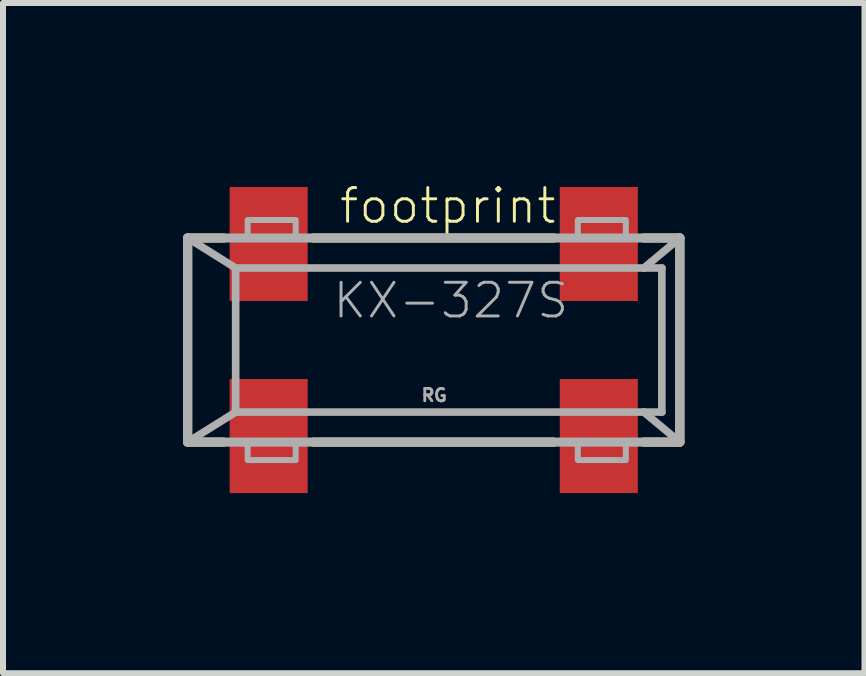
<source format=kicad_pcb>
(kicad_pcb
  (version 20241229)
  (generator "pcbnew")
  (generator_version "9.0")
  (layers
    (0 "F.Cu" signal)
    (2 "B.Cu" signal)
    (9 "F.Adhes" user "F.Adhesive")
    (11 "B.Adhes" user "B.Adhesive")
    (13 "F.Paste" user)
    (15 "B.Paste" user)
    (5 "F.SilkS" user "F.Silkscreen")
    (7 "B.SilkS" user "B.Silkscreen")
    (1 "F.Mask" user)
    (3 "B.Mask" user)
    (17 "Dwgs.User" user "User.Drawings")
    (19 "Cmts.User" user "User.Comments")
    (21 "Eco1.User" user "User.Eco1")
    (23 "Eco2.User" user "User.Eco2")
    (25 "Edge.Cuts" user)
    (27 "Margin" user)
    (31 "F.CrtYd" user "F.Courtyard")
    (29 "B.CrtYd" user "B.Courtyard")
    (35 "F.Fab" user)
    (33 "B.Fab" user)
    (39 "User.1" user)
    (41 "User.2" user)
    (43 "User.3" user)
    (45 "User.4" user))
  (footprint "footprint"
    (layer "F.Cu")
    (at 4.176 2.615)
    (property "Reference" "footprint" (at -1.601 -1.908 0) (layer "F.SilkS") (effects (font (size 0.561 0.561) (thickness 0.049)) (justify left bottom)))
    (fp_line (start -4.1 -1.7) (end -4.1 1.7) (stroke (width 0.152) (type solid)) (layer "F.SilkS"))
    (fp_line (start -4.1 1.7) (end -3.5 1.7) (stroke (width 0.152) (type solid)) (layer "F.SilkS"))
    (fp_line (start -3.5 -1.7) (end -4.1 -1.7) (stroke (width 0.152) (type solid)) (layer "F.SilkS"))
    (fp_line (start -2 -1.7) (end 2 -1.7) (stroke (width 0.152) (type solid)) (layer "F.SilkS"))
    (fp_line (start -2 1.7) (end 2 1.7) (stroke (width 0.152) (type solid)) (layer "F.SilkS"))
    (fp_line (start 3.5 -1.7) (end 4.1 -1.7) (stroke (width 0.152) (type solid)) (layer "F.SilkS"))
    (fp_line (start 4.1 -1.7) (end 4.1 1.7) (stroke (width 0.152) (type solid)) (layer "F.SilkS"))
    (fp_line (start 4.1 1.7) (end 3.5 1.7) (stroke (width 0.152) (type solid)) (layer "F.SilkS"))
    (fp_line (start -4.1 -1.7) (end -4.1 1.7) (stroke (width 0.152) (type solid)) (layer "F.Fab"))
    (fp_line (start -4.1 -1.7) (end -3.3 -1.2) (stroke (width 0.127) (type solid)) (layer "F.Fab"))
    (fp_line (start -4.1 1.7) (end -3.3 1.2) (stroke (width 0.127) (type solid)) (layer "F.Fab"))
    (fp_line (start -4.1 1.7) (end 4.1 1.7) (stroke (width 0.152) (type solid)) (layer "F.Fab"))
    (fp_line (start -3.3 -1.2) (end -3.3 1.2) (stroke (width 0.127) (type solid)) (layer "F.Fab"))
    (fp_line (start -3.3 -1.2) (end 3.5 -1.2) (stroke (width 0.127) (type solid)) (layer "F.Fab"))
    (fp_line (start -3.3 1.2) (end 3.5 1.2) (stroke (width 0.127) (type solid)) (layer "F.Fab"))
    (fp_line (start 3.5 -1.2) (end 3.8 -1.2) (stroke (width 0.127) (type solid)) (layer "F.Fab"))
    (fp_line (start 3.5 1.2) (end 3.8 1.2) (stroke (width 0.127) (type solid)) (layer "F.Fab"))
    (fp_line (start 3.5 1.2) (end 4.1 1.7) (stroke (width 0.127) (type solid)) (layer "F.Fab"))
    (fp_line (start 3.8 -1.2) (end 3.8 1.2) (stroke (width 0.127) (type solid)) (layer "F.Fab"))
    (fp_line (start 4.1 -1.7) (end -4.1 -1.7) (stroke (width 0.152) (type solid)) (layer "F.Fab"))
    (fp_line (start 4.1 -1.7) (end 3.5 -1.2) (stroke (width 0.127) (type solid)) (layer "F.Fab"))
    (fp_line (start 4.1 1.7) (end 4.1 -1.7) (stroke (width 0.152) (type solid)) (layer "F.Fab"))
    (fp_poly (pts (xy -3.1 -1.7) (xy -2.3 -1.7) (xy -2.3 -2) (xy -3.1 -2)) (stroke (width 0.1) (type solid)) (fill no) (layer "F.Fab"))
    (fp_poly (pts (xy -3.1 2) (xy -2.3 2) (xy -2.3 1.7) (xy -3.1 1.7)) (stroke (width 0.1) (type solid)) (fill no) (layer "F.Fab"))
    (fp_poly (pts (xy 2.4 -1.7) (xy 3.2 -1.7) (xy 3.2 -2) (xy 2.4 -2)) (stroke (width 0.1) (type solid)) (fill no) (layer "F.Fab"))
    (fp_poly (pts (xy 2.4 2) (xy 3.2 2) (xy 3.2 1.7) (xy 2.4 1.7)) (stroke (width 0.1) (type solid)) (fill no) (layer "F.Fab"))
    (fp_text user "RG" (at -0.23 1.04 0) (layer "F.Fab") (effects (font (size 0.206 0.206) (thickness 0.048)) (justify left bottom)))
    (fp_text user "KX-327S" (at -1.71 -0.33 0) (layer "F.Fab") (effects (font (size 0.561 0.561) (thickness 0.049)) (justify left bottom)))
    (pad "1" smd rect (at -2.75 1.6) (size 1.3 1.9) (layers "F.Cu" "F.Mask" "F.Paste"))
    (pad "2" smd rect (at 2.75 1.6) (size 1.3 1.9) (layers "F.Cu" "F.Mask" "F.Paste"))
    (pad "3" smd rect (at 2.75 -1.6) (size 1.3 1.9) (layers "F.Cu" "F.Mask" "F.Paste"))
    (pad "4" smd rect (at -2.75 -1.6) (size 1.3 1.9) (layers "F.Cu" "F.Mask" "F.Paste")))
  (gr_rect
    (start -3 -3)
    (end 11.352 8.165)
    (stroke (width 0.1) (type default))
    (fill no)
    (layer "Edge.Cuts")))
</source>
